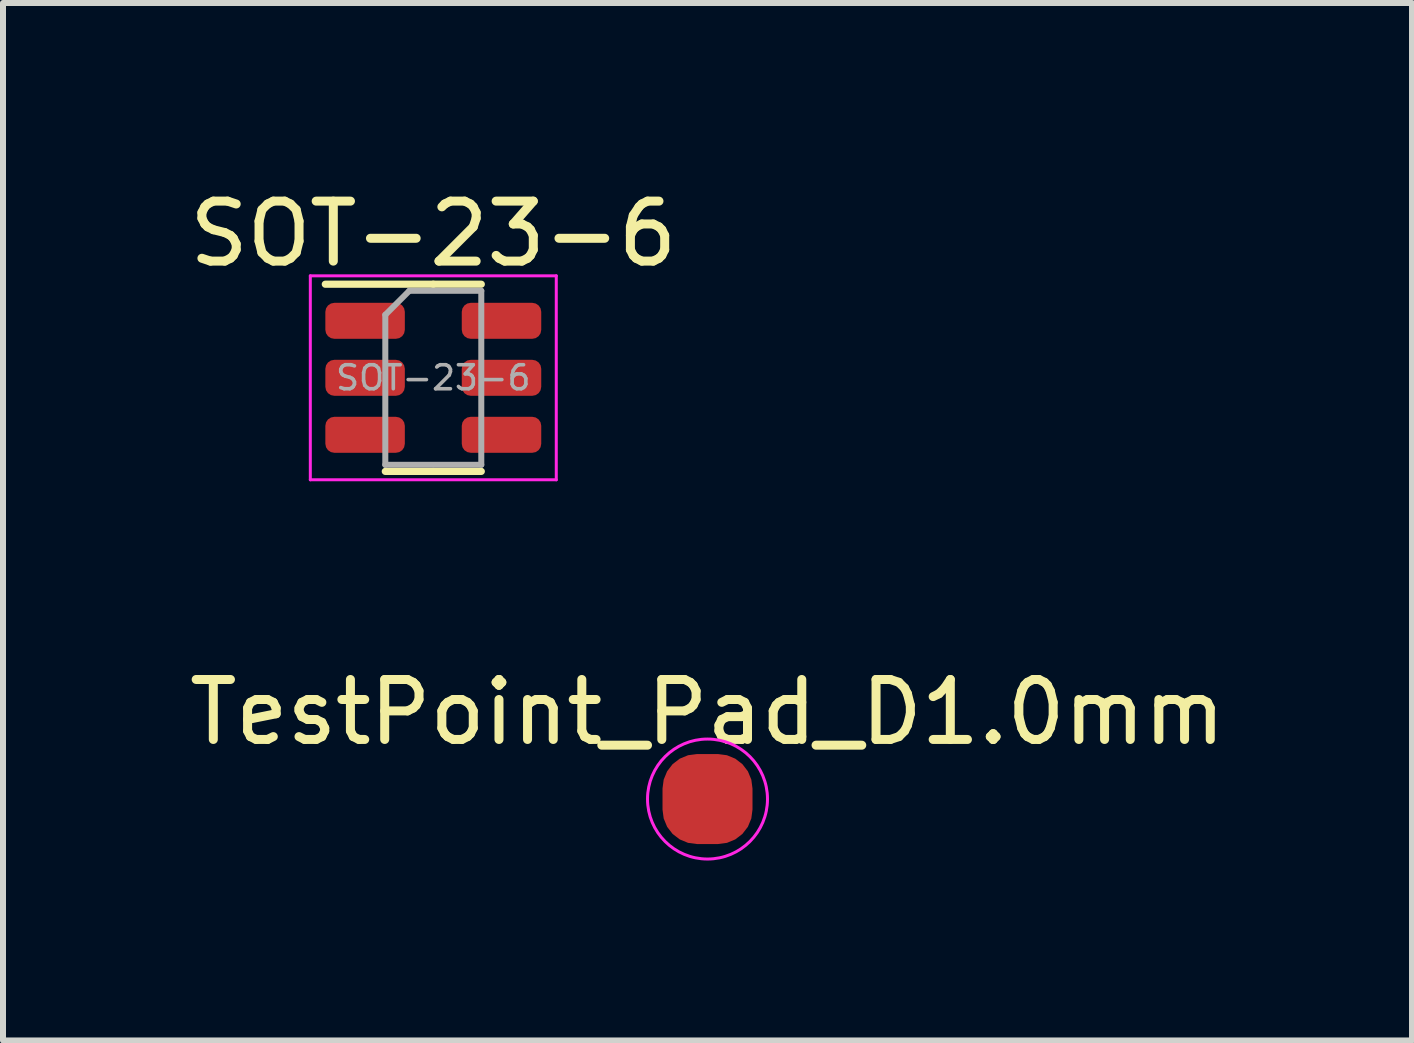
<source format=kicad_pcb>
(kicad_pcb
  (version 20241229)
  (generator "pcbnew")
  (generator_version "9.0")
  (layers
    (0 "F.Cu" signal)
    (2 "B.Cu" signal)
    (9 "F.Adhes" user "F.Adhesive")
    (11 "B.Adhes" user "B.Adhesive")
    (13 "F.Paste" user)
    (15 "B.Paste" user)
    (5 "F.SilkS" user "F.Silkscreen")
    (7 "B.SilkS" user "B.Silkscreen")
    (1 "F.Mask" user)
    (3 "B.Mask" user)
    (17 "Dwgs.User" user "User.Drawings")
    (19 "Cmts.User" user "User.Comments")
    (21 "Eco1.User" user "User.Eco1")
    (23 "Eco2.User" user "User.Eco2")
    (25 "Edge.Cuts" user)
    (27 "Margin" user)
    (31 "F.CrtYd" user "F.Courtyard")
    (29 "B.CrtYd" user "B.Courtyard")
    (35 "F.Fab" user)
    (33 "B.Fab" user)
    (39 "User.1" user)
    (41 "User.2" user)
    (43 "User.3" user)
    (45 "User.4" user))
  (footprint "SOT-23-6"
    (layer "F.Cu")
    (at 4.173 3.248)
    (property "Reference" "SOT-23-6" (at 0 -2.4 0) (layer "F.SilkS") (effects (font (size 1 1) (thickness 0.15))))
    (attr smd)
    (fp_line (start 0 -1.56) (end -1.8 -1.56) (stroke (width 0.12) (type solid)) (layer "F.SilkS"))
    (fp_line (start 0 -1.56) (end 0.8 -1.56) (stroke (width 0.12) (type solid)) (layer "F.SilkS"))
    (fp_line (start 0 1.56) (end -0.8 1.56) (stroke (width 0.12) (type solid)) (layer "F.SilkS"))
    (fp_line (start 0 1.56) (end 0.8 1.56) (stroke (width 0.12) (type solid)) (layer "F.SilkS"))
    (fp_line (start -2.05 -1.7) (end -2.05 1.7) (stroke (width 0.05) (type solid)) (layer "F.CrtYd"))
    (fp_line (start -2.05 1.7) (end 2.05 1.7) (stroke (width 0.05) (type solid)) (layer "F.CrtYd"))
    (fp_line (start 2.05 -1.7) (end -2.05 -1.7) (stroke (width 0.05) (type solid)) (layer "F.CrtYd"))
    (fp_line (start 2.05 1.7) (end 2.05 -1.7) (stroke (width 0.05) (type solid)) (layer "F.CrtYd"))
    (fp_line (start -0.8 -1.05) (end -0.4 -1.45) (stroke (width 0.1) (type solid)) (layer "F.Fab"))
    (fp_line (start -0.8 1.45) (end -0.8 -1.05) (stroke (width 0.1) (type solid)) (layer "F.Fab"))
    (fp_line (start -0.4 -1.45) (end 0.8 -1.45) (stroke (width 0.1) (type solid)) (layer "F.Fab"))
    (fp_line (start 0.8 -1.45) (end 0.8 1.45) (stroke (width 0.1) (type solid)) (layer "F.Fab"))
    (fp_line (start 0.8 1.45) (end -0.8 1.45) (stroke (width 0.1) (type solid)) (layer "F.Fab"))
    (fp_text user "${REFERENCE}" (at 0 0 0) (layer "F.Fab") (effects (font (size 0.4 0.4) (thickness 0.06))))
    (pad "1" smd roundrect (at -1.137 -0.95 180) (size 1.325 0.6) (layers "F.Cu" "F.Mask" "F.Paste") (roundrect_rratio 0.25))
    (pad "2" smd roundrect (at -1.137 0 180) (size 1.325 0.6) (layers "F.Cu" "F.Mask" "F.Paste") (roundrect_rratio 0.25))
    (pad "3" smd roundrect (at -1.137 0.95 180) (size 1.325 0.6) (layers "F.Cu" "F.Mask" "F.Paste") (roundrect_rratio 0.25))
    (pad "4" smd roundrect (at 1.137 0.95 180) (size 1.325 0.6) (layers "F.Cu" "F.Mask" "F.Paste") (roundrect_rratio 0.25))
    (pad "5" smd roundrect (at 1.137 0 180) (size 1.325 0.6) (layers "F.Cu" "F.Mask" "F.Paste") (roundrect_rratio 0.25))
    (pad "6" smd roundrect (at 1.137 -0.95 180) (size 1.325 0.6) (layers "F.Cu" "F.Mask" "F.Paste") (roundrect_rratio 0.25)))
  (footprint "TestPoint_Pad_D1.0mm"
    (layer "F.Cu")
    (at 8.744 10.27)
    (property "Reference" "TestPoint_Pad_D1.0mm" (at 0 -1.448 0) (layer "F.SilkS") (effects (font (size 1 1) (thickness 0.15))))
    (fp_circle (center 0 0) (end 1 0) (stroke (width 0.05) (type solid)) (fill no) (layer "F.CrtYd"))
    (pad "1" smd roundrect (at 0 0 180) (size 1.5 1.5) (layers "F.Cu" "F.Mask") (roundrect_rratio 0.383)))
  (gr_rect
    (start -3 -3)
    (end 20.488 14.294)
    (stroke (width 0.1) (type default))
    (fill no)
    (layer "Edge.Cuts")))
</source>
